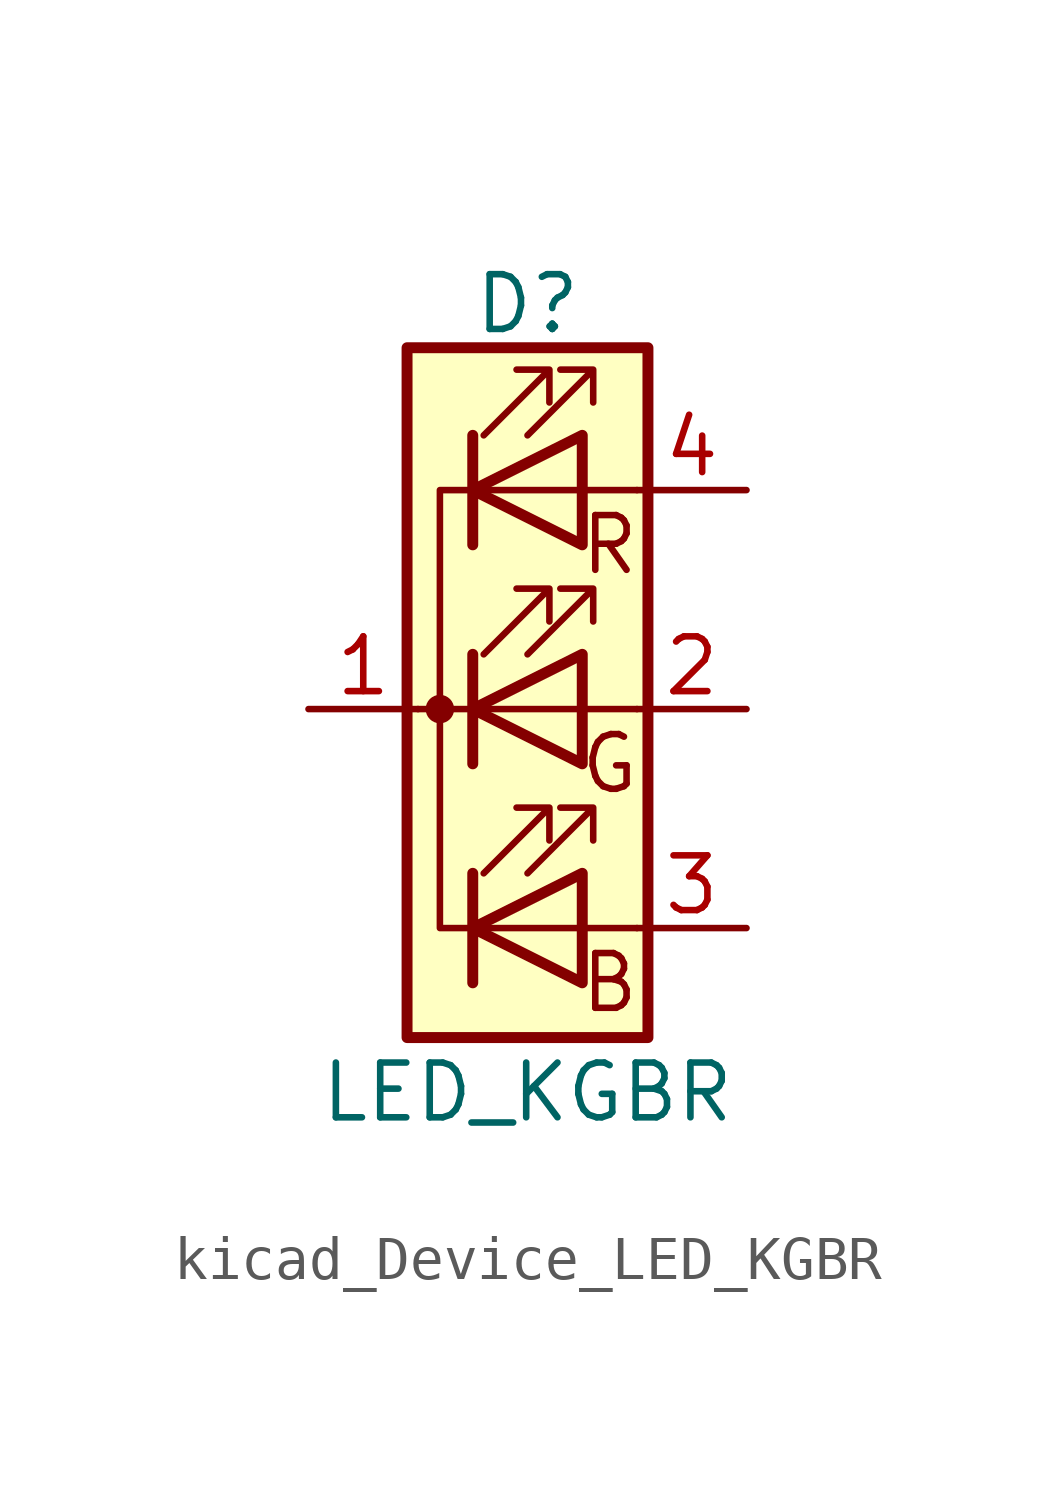
<source format=kicad_sym>
(kicad_symbol_lib
  (version 20220914)
  (generator kicad_symbol_editor)
  (symbol "kicad_Device_LED_KGBR"
    (pin_names
      (offset 0) hide)
    (property "Reference" "D"
      (at 0 9.398 0)
      (effects (font (size 1.27 1.27))))
    (property "Value" "LED_KGBR"
      (at 0 -8.89 0)
      (effects (font (size 1.27 1.27))))
    (symbol "kicad_Device_LED_KGBR_0_0"
      (text "B" (at 1.905 -6.35 0) (effects (font (size 1.27 1.27))))
      (text "G" (at 1.905 -1.27 0) (effects (font (size 1.27 1.27))))
      (text "R" (at 1.905 3.81 0) (effects (font (size 1.27 1.27)))))
    (symbol "kicad_Device_LED_KGBR_0_1"
      (circle (center -2.032 0) (radius 0.254) (stroke (width 0) (type default)) (fill (type outline)))
      (polyline (pts (xy -1.27 -5.08) (xy 1.27 -5.08)) (stroke (width 0) (type default)) (fill (type none)))
      (polyline (pts (xy -1.27 -3.81) (xy -1.27 -6.35)) (stroke (width 0.254) (type default)) (fill (type none)))
      (polyline (pts (xy -1.27 0) (xy -2.54 0)) (stroke (width 0) (type default)) (fill (type none)))
      (polyline (pts (xy -1.27 1.27) (xy -1.27 -1.27)) (stroke (width 0.254) (type default)) (fill (type none)))
      (polyline (pts (xy -1.27 5.08) (xy 1.27 5.08)) (stroke (width 0) (type default)) (fill (type none)))
      (polyline (pts (xy -1.27 6.35) (xy -1.27 3.81)) (stroke (width 0.254) (type default)) (fill (type none)))
      (polyline (pts (xy 1.27 -5.08) (xy 2.54 -5.08)) (stroke (width 0) (type default)) (fill (type none)))
      (polyline (pts (xy 1.27 0) (xy -1.27 0)) (stroke (width 0) (type default)) (fill (type none)))
      (polyline (pts (xy 1.27 0) (xy 2.54 0)) (stroke (width 0) (type default)) (fill (type none)))
      (polyline (pts (xy 1.27 5.08) (xy 2.54 5.08)) (stroke (width 0) (type default)) (fill (type none)))
      (polyline (pts (xy -1.27 1.27) (xy -1.27 -1.27) (xy -1.27 -1.27)) (stroke (width 0) (type default)) (fill (type none)))
      (polyline (pts (xy -1.27 6.35) (xy -1.27 3.81) (xy -1.27 3.81)) (stroke (width 0) (type default)) (fill (type none)))
      (polyline (pts (xy -1.27 5.08) (xy -2.032 5.08) (xy -2.032 -5.08) (xy -1.016 -5.08)) (stroke (width 0) (type default)) (fill (type none)))
      (polyline (pts (xy 1.27 -3.81) (xy 1.27 -6.35) (xy -1.27 -5.08) (xy 1.27 -3.81)) (stroke (width 0.254) (type default)) (fill (type none)))
      (polyline (pts (xy 1.27 1.27) (xy 1.27 -1.27) (xy -1.27 0) (xy 1.27 1.27)) (stroke (width 0.254) (type default)) (fill (type none)))
      (polyline (pts (xy 1.27 6.35) (xy 1.27 3.81) (xy -1.27 5.08) (xy 1.27 6.35)) (stroke (width 0.254) (type default)) (fill (type none)))
      (polyline (pts (xy -1.016 -3.81) (xy 0.508 -2.286) (xy -0.254 -2.286) (xy 0.508 -2.286) (xy 0.508 -3.048)) (stroke (width 0) (type default)) (fill (type none)))
      (polyline (pts (xy -1.016 1.27) (xy 0.508 2.794) (xy -0.254 2.794) (xy 0.508 2.794) (xy 0.508 2.032)) (stroke (width 0) (type default)) (fill (type none)))
      (polyline (pts (xy -1.016 6.35) (xy 0.508 7.874) (xy -0.254 7.874) (xy 0.508 7.874) (xy 0.508 7.112)) (stroke (width 0) (type default)) (fill (type none)))
      (polyline (pts (xy 0 -3.81) (xy 1.524 -2.286) (xy 0.762 -2.286) (xy 1.524 -2.286) (xy 1.524 -3.048)) (stroke (width 0) (type default)) (fill (type none)))
      (polyline (pts (xy 0 1.27) (xy 1.524 2.794) (xy 0.762 2.794) (xy 1.524 2.794) (xy 1.524 2.032)) (stroke (width 0) (type default)) (fill (type none)))
      (polyline (pts (xy 0 6.35) (xy 1.524 7.874) (xy 0.762 7.874) (xy 1.524 7.874) (xy 1.524 7.112)) (stroke (width 0) (type default)) (fill (type none)))
      (rectangle (start 1.27 -1.27) (end 1.27 1.27) (stroke (width 0) (type default)) (fill (type none)))
      (rectangle (start 1.27 1.27) (end 1.27 1.27) (stroke (width 0) (type default)) (fill (type none)))
      (rectangle (start 1.27 3.81) (end 1.27 6.35) (stroke (width 0) (type default)) (fill (type none)))
      (rectangle (start 1.27 6.35) (end 1.27 6.35) (stroke (width 0) (type default)) (fill (type none)))
      (rectangle (start 2.794 8.382) (end -2.794 -7.62) (stroke (width 0.254) (type default)) (fill (type background))))
    (symbol "kicad_Device_LED_KGBR_1_1"
      (pin passive line (at -5.08 0 0) (length 2.54) (name "K" (effects (font (size 1.27 1.27)))) (number "1" (effects (font (size 1.27 1.27)))))
      (pin passive line (at 5.08 0 180) (length 2.54) (name "GA" (effects (font (size 1.27 1.27)))) (number "2" (effects (font (size 1.27 1.27)))))
      (pin passive line (at 5.08 -5.08 180) (length 2.54) (name "BA" (effects (font (size 1.27 1.27)))) (number "3" (effects (font (size 1.27 1.27)))))
      (pin passive line (at 5.08 5.08 180) (length 2.54) (name "RA" (effects (font (size 1.27 1.27)))) (number "4" (effects (font (size 1.27 1.27))))))))
</source>
